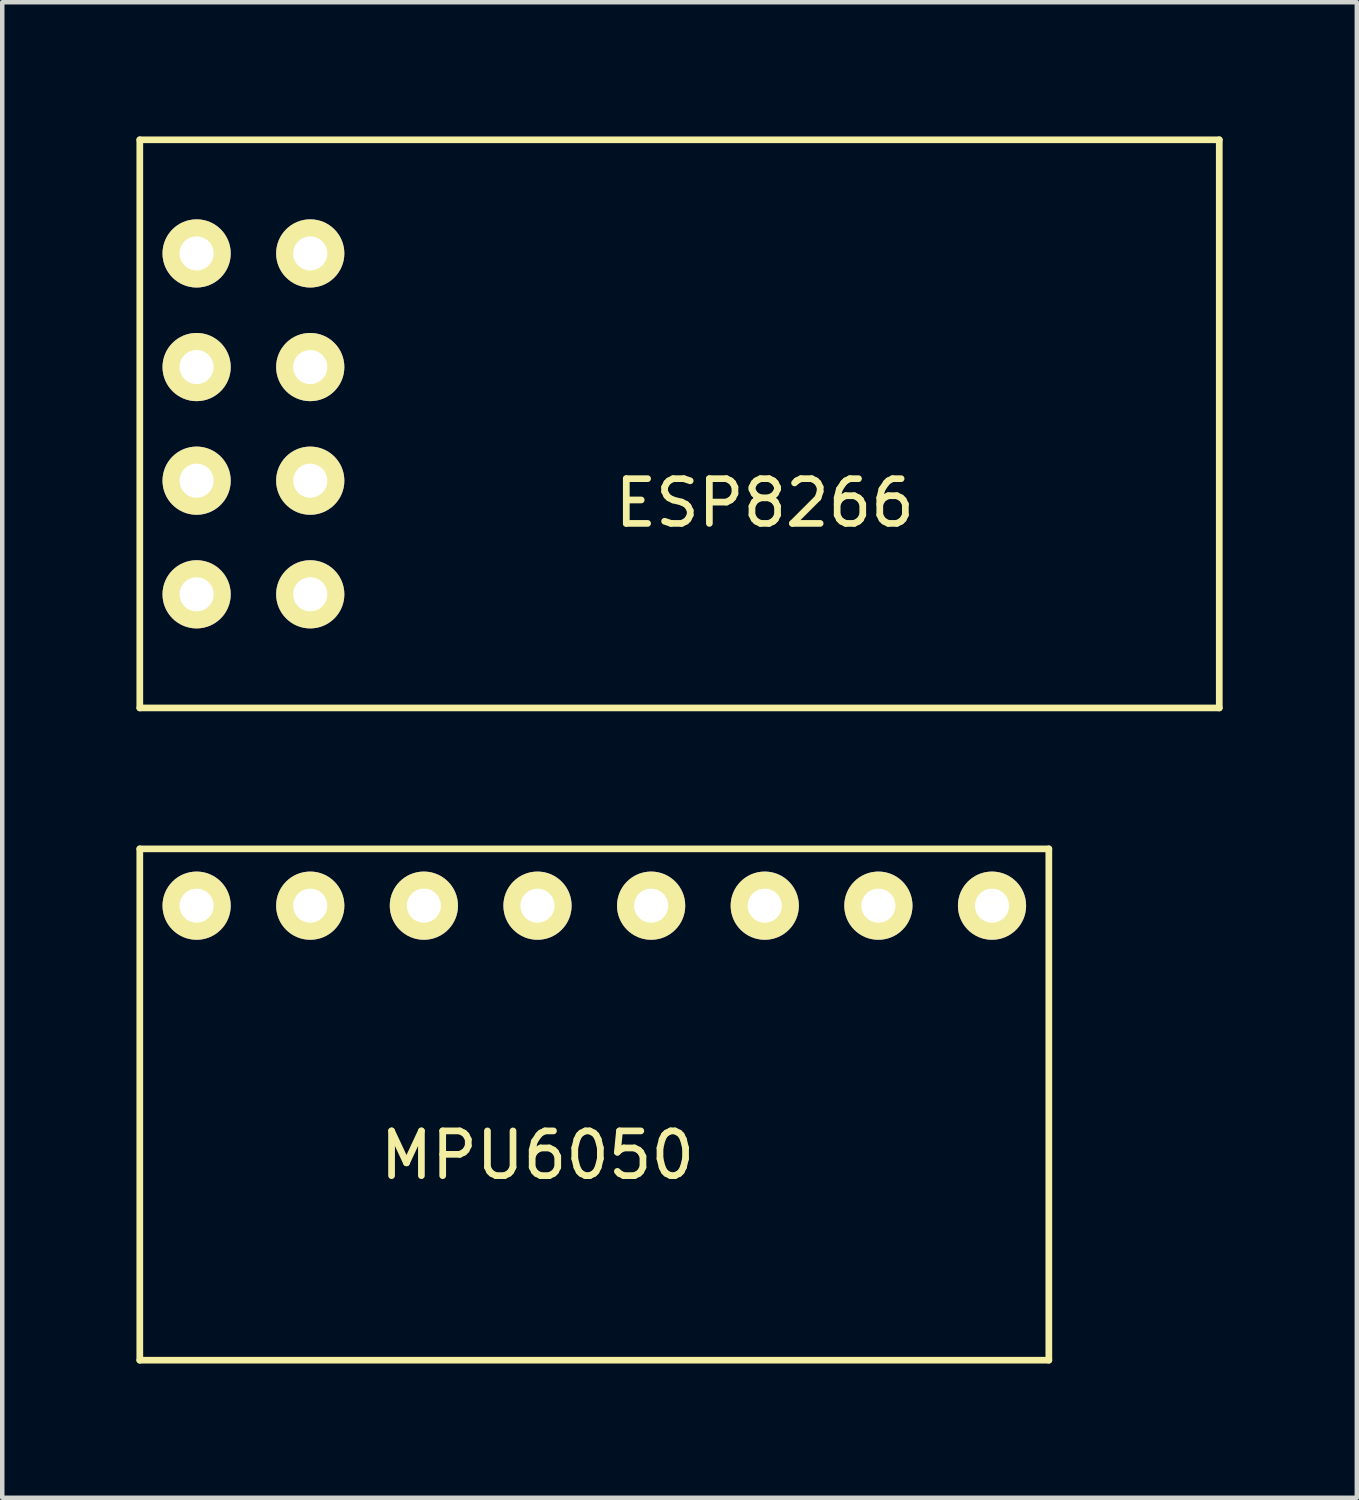
<source format=kicad_pcb>
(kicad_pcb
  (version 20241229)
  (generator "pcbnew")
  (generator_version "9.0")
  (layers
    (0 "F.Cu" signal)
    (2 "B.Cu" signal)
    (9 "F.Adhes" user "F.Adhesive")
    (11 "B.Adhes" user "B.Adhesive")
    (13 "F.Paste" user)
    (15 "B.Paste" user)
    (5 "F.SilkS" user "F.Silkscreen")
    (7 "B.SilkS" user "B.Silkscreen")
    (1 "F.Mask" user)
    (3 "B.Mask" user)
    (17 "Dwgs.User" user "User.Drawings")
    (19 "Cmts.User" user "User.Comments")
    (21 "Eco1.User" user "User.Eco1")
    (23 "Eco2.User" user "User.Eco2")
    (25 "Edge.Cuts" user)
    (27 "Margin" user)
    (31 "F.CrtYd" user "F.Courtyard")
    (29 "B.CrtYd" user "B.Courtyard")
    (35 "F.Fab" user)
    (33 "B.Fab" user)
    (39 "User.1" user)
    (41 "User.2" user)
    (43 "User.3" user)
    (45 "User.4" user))
  (footprint "ESP8266"
    (layer "F.Cu")
    (at 14.045 7.695)
    (property "Reference" "ESP8266" (at 0 0.5 0) (layer "F.SilkS") (effects (font (size 1 1) (thickness 0.15))))
    (attr through_hole)
    (fp_line (start -13.97 -7.62) (end 10.16 -7.62) (stroke (width 0.15) (type solid)) (layer "F.SilkS"))
    (fp_line (start -13.97 5.08) (end -13.97 -7.62) (stroke (width 0.15) (type solid)) (layer "F.SilkS"))
    (fp_line (start 10.16 -7.62) (end 10.16 5.08) (stroke (width 0.15) (type solid)) (layer "F.SilkS"))
    (fp_line (start 10.16 5.08) (end -13.97 5.08) (stroke (width 0.15) (type solid)) (layer "F.SilkS"))
    (pad "1" thru_hole circle (at -12.7 -5.08) (size 1.524 1.524) (drill 0.762) (layers "*.Cu" "*.Mask" "F.SilkS"))
    (pad "2" thru_hole circle (at -12.7 -2.54) (size 1.524 1.524) (drill 0.762) (layers "*.Cu" "*.Mask" "F.SilkS"))
    (pad "3" thru_hole circle (at -12.7 2.54) (size 1.524 1.524) (drill 0.762) (layers "*.Cu" "*.Mask" "F.SilkS"))
    (pad "5" thru_hole circle (at -12.7 0) (size 1.524 1.524) (drill 0.762) (layers "*.Cu" "*.Mask" "F.SilkS"))
    (pad "6" thru_hole circle (at -10.16 2.54) (size 1.524 1.524) (drill 0.762) (layers "*.Cu" "*.Mask" "F.SilkS"))
    (pad "7" thru_hole circle (at -10.16 0) (size 1.524 1.524) (drill 0.762) (layers "*.Cu" "*.Mask" "F.SilkS"))
    (pad "8" thru_hole circle (at -10.16 -2.54) (size 1.524 1.524) (drill 0.762) (layers "*.Cu" "*.Mask" "F.SilkS"))
    (pad "9" thru_hole circle (at -10.16 -5.08) (size 1.524 1.524) (drill 0.762) (layers "*.Cu" "*.Mask" "F.SilkS")))
  (footprint "MPU6050"
    (layer "F.Cu")
    (at 8.965 22.275)
    (property "Reference" "MPU6050" (at 0 0.5 0) (layer "F.SilkS") (effects (font (size 1 1) (thickness 0.15))))
    (attr through_hole)
    (fp_line (start -8.89 -6.35) (end 11.43 -6.35) (stroke (width 0.15) (type solid)) (layer "F.SilkS"))
    (fp_line (start -8.89 5.08) (end -8.89 -6.35) (stroke (width 0.15) (type solid)) (layer "F.SilkS"))
    (fp_line (start 11.43 -6.35) (end 11.43 5.08) (stroke (width 0.15) (type solid)) (layer "F.SilkS"))
    (fp_line (start 11.43 5.08) (end -8.89 5.08) (stroke (width 0.15) (type solid)) (layer "F.SilkS"))
    (pad "1" thru_hole circle (at -7.62 -5.08) (size 1.524 1.524) (drill 0.762) (layers "*.Cu" "*.Mask" "F.SilkS"))
    (pad "2" thru_hole circle (at -5.08 -5.08) (size 1.524 1.524) (drill 0.762) (layers "*.Cu" "*.Mask" "F.SilkS"))
    (pad "3" thru_hole circle (at -2.54 -5.08) (size 1.524 1.524) (drill 0.762) (layers "*.Cu" "*.Mask" "F.SilkS"))
    (pad "4" thru_hole circle (at 0 -5.08) (size 1.524 1.524) (drill 0.762) (layers "*.Cu" "*.Mask" "F.SilkS"))
    (pad "5" thru_hole circle (at 2.54 -5.08) (size 1.524 1.524) (drill 0.762) (layers "*.Cu" "*.Mask" "F.SilkS"))
    (pad "6" thru_hole circle (at 5.08 -5.08) (size 1.524 1.524) (drill 0.762) (layers "*.Cu" "*.Mask" "F.SilkS"))
    (pad "7" thru_hole circle (at 7.62 -5.08) (size 1.524 1.524) (drill 0.762) (layers "*.Cu" "*.Mask" "F.SilkS"))
    (pad "8" thru_hole circle (at 10.16 -5.08) (size 1.524 1.524) (drill 0.762) (layers "*.Cu" "*.Mask" "F.SilkS")))
  (gr_rect
    (start -3 -3)
    (end 27.28 30.43)
    (stroke (width 0.1) (type default))
    (fill no)
    (layer "Edge.Cuts")))
</source>
